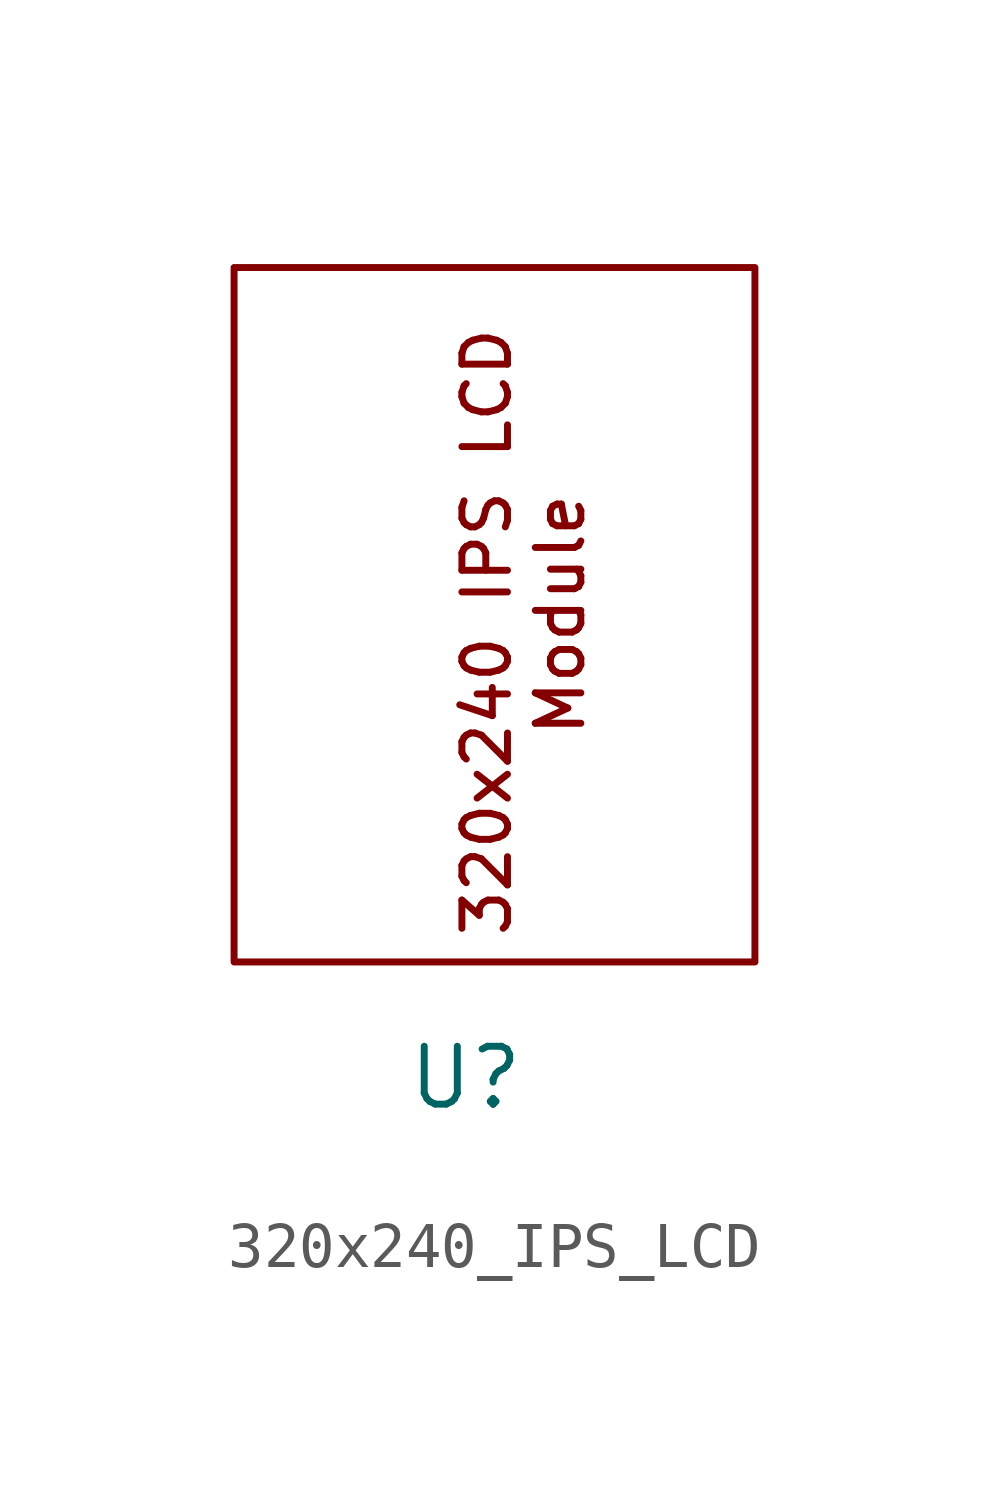
<source format=kicad_sym>
(kicad_symbol_lib
  (version 20231120)
  (generator "kicad_symbol_editor")
  (generator_version "8.0")
  (symbol "320x240_IPS_LCD"
    (property "Reference" "U"
      (at 0 0 0)
      (effects (font (size 1.27 1.27))))
    (property "Value" ""
      (at 0 0 0)
      (effects (font (size 1.27 1.27))))
    (symbol "320x240_IPS_LCD_0_1"
      (rectangle (start -5.08 17.78) (end 6.35 2.54) (stroke (width 0) (type default)) (fill (type none))))
    (symbol "320x240_IPS_LCD_1_1"
      (text "320x240 IPS LCD \nModule\n" (at 1.27 10.16 900) (effects (font (size 1 1)))))))
</source>
